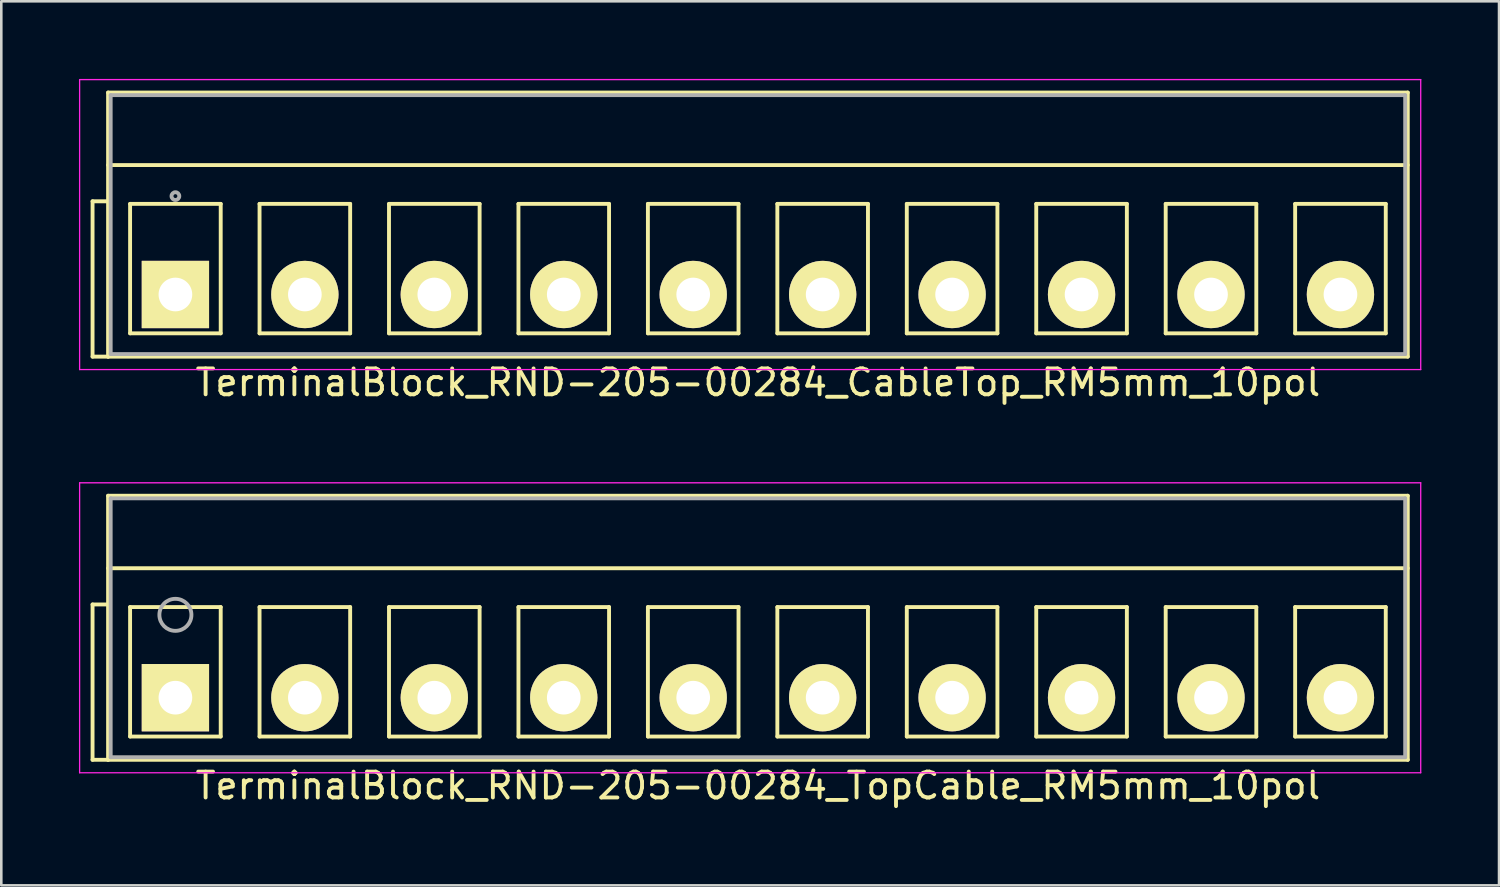
<source format=kicad_pcb>
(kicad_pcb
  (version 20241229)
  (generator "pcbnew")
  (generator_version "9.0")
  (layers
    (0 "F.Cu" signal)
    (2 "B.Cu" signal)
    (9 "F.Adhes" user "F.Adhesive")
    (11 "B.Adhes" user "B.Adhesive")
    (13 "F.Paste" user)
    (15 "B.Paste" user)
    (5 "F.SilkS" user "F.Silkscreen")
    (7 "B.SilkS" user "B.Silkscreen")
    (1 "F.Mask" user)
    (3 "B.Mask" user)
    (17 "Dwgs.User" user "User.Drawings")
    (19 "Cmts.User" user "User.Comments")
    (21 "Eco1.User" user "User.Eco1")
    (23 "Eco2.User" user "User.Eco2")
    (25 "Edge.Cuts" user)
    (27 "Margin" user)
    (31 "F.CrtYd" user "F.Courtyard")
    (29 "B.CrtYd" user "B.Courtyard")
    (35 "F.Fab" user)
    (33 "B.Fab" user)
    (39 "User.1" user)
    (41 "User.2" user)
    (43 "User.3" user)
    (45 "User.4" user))
  (footprint "TerminalBlock_RND-205-00284_CableTop_RM5mm_10pol"
    (layer "F.Cu")
    (at 3.725 8.325)
    (property "Reference" "TerminalBlock_RND-205-00284_CableTop_RM5mm_10pol" (at 22.5 3.4 0) (layer "F.SilkS") (effects (font (size 1 1) (thickness 0.15))))
    (attr through_hole)
    (fp_line (start -3.2 -3.6) (end -2.6 -3.6) (stroke (width 0.15) (type solid)) (layer "F.SilkS"))
    (fp_line (start -3.2 2.4) (end -3.2 -3.6) (stroke (width 0.15) (type solid)) (layer "F.SilkS"))
    (fp_line (start -2.6 -7.8) (end 47.6 -7.8) (stroke (width 0.15) (type solid)) (layer "F.SilkS"))
    (fp_line (start -2.6 -5) (end 47.6 -5) (stroke (width 0.15) (type solid)) (layer "F.SilkS"))
    (fp_line (start -2.6 2.4) (end -3.2 2.4) (stroke (width 0.15) (type solid)) (layer "F.SilkS"))
    (fp_line (start -2.6 2.4) (end -2.6 -7.8) (stroke (width 0.15) (type solid)) (layer "F.SilkS"))
    (fp_line (start -1.75 -3.5) (end -1.75 1.5) (stroke (width 0.15) (type solid)) (layer "F.SilkS"))
    (fp_line (start -1.75 1.5) (end 1.75 1.5) (stroke (width 0.15) (type solid)) (layer "F.SilkS"))
    (fp_line (start 1.75 -3.5) (end -1.75 -3.5) (stroke (width 0.15) (type solid)) (layer "F.SilkS"))
    (fp_line (start 1.75 1.5) (end 1.75 -3.5) (stroke (width 0.15) (type solid)) (layer "F.SilkS"))
    (fp_line (start 3.25 -3.5) (end 3.25 1.5) (stroke (width 0.15) (type solid)) (layer "F.SilkS"))
    (fp_line (start 3.25 1.5) (end 6.75 1.5) (stroke (width 0.15) (type solid)) (layer "F.SilkS"))
    (fp_line (start 6.75 -3.5) (end 3.25 -3.5) (stroke (width 0.15) (type solid)) (layer "F.SilkS"))
    (fp_line (start 6.75 1.5) (end 6.75 -3.5) (stroke (width 0.15) (type solid)) (layer "F.SilkS"))
    (fp_line (start 8.25 -3.5) (end 8.25 1.5) (stroke (width 0.15) (type solid)) (layer "F.SilkS"))
    (fp_line (start 8.25 1.5) (end 11.75 1.5) (stroke (width 0.15) (type solid)) (layer "F.SilkS"))
    (fp_line (start 11.75 -3.5) (end 8.25 -3.5) (stroke (width 0.15) (type solid)) (layer "F.SilkS"))
    (fp_line (start 11.75 1.5) (end 11.75 -3.5) (stroke (width 0.15) (type solid)) (layer "F.SilkS"))
    (fp_line (start 13.25 -3.5) (end 13.25 1.5) (stroke (width 0.15) (type solid)) (layer "F.SilkS"))
    (fp_line (start 13.25 1.5) (end 16.75 1.5) (stroke (width 0.15) (type solid)) (layer "F.SilkS"))
    (fp_line (start 16.75 -3.5) (end 13.25 -3.5) (stroke (width 0.15) (type solid)) (layer "F.SilkS"))
    (fp_line (start 16.75 1.5) (end 16.75 -3.5) (stroke (width 0.15) (type solid)) (layer "F.SilkS"))
    (fp_line (start 18.25 -3.5) (end 18.25 1.5) (stroke (width 0.15) (type solid)) (layer "F.SilkS"))
    (fp_line (start 18.25 1.5) (end 21.75 1.5) (stroke (width 0.15) (type solid)) (layer "F.SilkS"))
    (fp_line (start 21.75 -3.5) (end 18.25 -3.5) (stroke (width 0.15) (type solid)) (layer "F.SilkS"))
    (fp_line (start 21.75 1.5) (end 21.75 -3.5) (stroke (width 0.15) (type solid)) (layer "F.SilkS"))
    (fp_line (start 23.25 -3.5) (end 23.25 1.5) (stroke (width 0.15) (type solid)) (layer "F.SilkS"))
    (fp_line (start 23.25 1.5) (end 26.75 1.5) (stroke (width 0.15) (type solid)) (layer "F.SilkS"))
    (fp_line (start 26.75 -3.5) (end 23.25 -3.5) (stroke (width 0.15) (type solid)) (layer "F.SilkS"))
    (fp_line (start 26.75 1.5) (end 26.75 -3.5) (stroke (width 0.15) (type solid)) (layer "F.SilkS"))
    (fp_line (start 28.25 -3.5) (end 28.25 1.5) (stroke (width 0.15) (type solid)) (layer "F.SilkS"))
    (fp_line (start 28.25 1.5) (end 31.75 1.5) (stroke (width 0.15) (type solid)) (layer "F.SilkS"))
    (fp_line (start 31.75 -3.5) (end 28.25 -3.5) (stroke (width 0.15) (type solid)) (layer "F.SilkS"))
    (fp_line (start 31.75 1.5) (end 31.75 -3.5) (stroke (width 0.15) (type solid)) (layer "F.SilkS"))
    (fp_line (start 33.25 -3.5) (end 33.25 1.5) (stroke (width 0.15) (type solid)) (layer "F.SilkS"))
    (fp_line (start 33.25 1.5) (end 36.75 1.5) (stroke (width 0.15) (type solid)) (layer "F.SilkS"))
    (fp_line (start 36.75 -3.5) (end 33.25 -3.5) (stroke (width 0.15) (type solid)) (layer "F.SilkS"))
    (fp_line (start 36.75 1.5) (end 36.75 -3.5) (stroke (width 0.15) (type solid)) (layer "F.SilkS"))
    (fp_line (start 38.25 -3.5) (end 38.25 1.5) (stroke (width 0.15) (type solid)) (layer "F.SilkS"))
    (fp_line (start 38.25 1.5) (end 41.75 1.5) (stroke (width 0.15) (type solid)) (layer "F.SilkS"))
    (fp_line (start 41.75 -3.5) (end 38.25 -3.5) (stroke (width 0.15) (type solid)) (layer "F.SilkS"))
    (fp_line (start 41.75 1.5) (end 41.75 -3.5) (stroke (width 0.15) (type solid)) (layer "F.SilkS"))
    (fp_line (start 43.25 -3.5) (end 43.25 1.5) (stroke (width 0.15) (type solid)) (layer "F.SilkS"))
    (fp_line (start 43.25 1.5) (end 46.75 1.5) (stroke (width 0.15) (type solid)) (layer "F.SilkS"))
    (fp_line (start 46.75 -3.5) (end 43.25 -3.5) (stroke (width 0.15) (type solid)) (layer "F.SilkS"))
    (fp_line (start 46.75 1.5) (end 46.75 -3.5) (stroke (width 0.15) (type solid)) (layer "F.SilkS"))
    (fp_line (start 47.6 -7.8) (end 47.6 2.4) (stroke (width 0.15) (type solid)) (layer "F.SilkS"))
    (fp_line (start 47.6 2.4) (end -2.6 2.4) (stroke (width 0.15) (type solid)) (layer "F.SilkS"))
    (fp_line (start -3.7 -8.3) (end 48.1 -8.3) (stroke (width 0.05) (type solid)) (layer "F.CrtYd"))
    (fp_line (start -3.7 2.9) (end -3.7 -8.3) (stroke (width 0.05) (type solid)) (layer "F.CrtYd"))
    (fp_line (start 48.1 -8.3) (end 48.1 2.9) (stroke (width 0.05) (type solid)) (layer "F.CrtYd"))
    (fp_line (start 48.1 2.9) (end -3.7 2.9) (stroke (width 0.05) (type solid)) (layer "F.CrtYd"))
    (fp_line (start -2.5 -7.7) (end 47.5 -7.7) (stroke (width 0.15) (type solid)) (layer "F.Fab"))
    (fp_line (start -2.5 2.3) (end -2.5 -7.7) (stroke (width 0.15) (type solid)) (layer "F.Fab"))
    (fp_line (start 47.5 -7.7) (end 47.5 2.3) (stroke (width 0.15) (type solid)) (layer "F.Fab"))
    (fp_line (start 47.5 2.3) (end -2.5 2.3) (stroke (width 0.15) (type solid)) (layer "F.Fab"))
    (fp_circle (center 0 -3.8) (end -0.15 -3.8) (stroke (width 0.15) (type solid)) (fill no) (layer "F.Fab"))
    (pad "1" thru_hole rect (at 0 0) (size 2.6 2.6) (drill 1.3) (layers "*.Cu" "*.Mask" "F.SilkS"))
    (pad "2" thru_hole circle (at 5 0) (size 2.6 2.6) (drill 1.3) (layers "*.Cu" "*.Mask" "F.SilkS"))
    (pad "3" thru_hole circle (at 10 0) (size 2.6 2.6) (drill 1.3) (layers "*.Cu" "*.Mask" "F.SilkS"))
    (pad "4" thru_hole circle (at 15 0) (size 2.6 2.6) (drill 1.3) (layers "*.Cu" "*.Mask" "F.SilkS"))
    (pad "5" thru_hole circle (at 20 0) (size 2.6 2.6) (drill 1.3) (layers "*.Cu" "*.Mask" "F.SilkS"))
    (pad "6" thru_hole circle (at 25 0) (size 2.6 2.6) (drill 1.3) (layers "*.Cu" "*.Mask" "F.SilkS"))
    (pad "7" thru_hole circle (at 30 0) (size 2.6 2.6) (drill 1.3) (layers "*.Cu" "*.Mask" "F.SilkS"))
    (pad "8" thru_hole circle (at 35 0) (size 2.6 2.6) (drill 1.3) (layers "*.Cu" "*.Mask" "F.SilkS"))
    (pad "9" thru_hole circle (at 40 0) (size 2.6 2.6) (drill 1.3) (layers "*.Cu" "*.Mask" "F.SilkS"))
    (pad "10" thru_hole circle (at 45 0) (size 2.6 2.6) (drill 1.3) (layers "*.Cu" "*.Mask" "F.SilkS")))
  (footprint "TerminalBlock_RND-205-00284_TopCable_RM5mm_10pol"
    (layer "F.Cu")
    (at 3.725 23.898)
    (property "Reference" "TerminalBlock_RND-205-00284_TopCable_RM5mm_10pol" (at 22.5 3.4 0) (layer "F.SilkS") (effects (font (size 1 1) (thickness 0.15))))
    (attr through_hole)
    (fp_line (start -3.2 -3.6) (end -2.6 -3.6) (stroke (width 0.15) (type solid)) (layer "F.SilkS"))
    (fp_line (start -3.2 2.4) (end -3.2 -3.6) (stroke (width 0.15) (type solid)) (layer "F.SilkS"))
    (fp_line (start -2.6 -7.8) (end 47.6 -7.8) (stroke (width 0.15) (type solid)) (layer "F.SilkS"))
    (fp_line (start -2.6 -5) (end 47.6 -5) (stroke (width 0.15) (type solid)) (layer "F.SilkS"))
    (fp_line (start -2.6 2.4) (end -3.2 2.4) (stroke (width 0.15) (type solid)) (layer "F.SilkS"))
    (fp_line (start -2.6 2.4) (end -2.6 -7.8) (stroke (width 0.15) (type solid)) (layer "F.SilkS"))
    (fp_line (start -1.75 -3.5) (end -1.75 1.5) (stroke (width 0.15) (type solid)) (layer "F.SilkS"))
    (fp_line (start -1.75 1.5) (end 1.75 1.5) (stroke (width 0.15) (type solid)) (layer "F.SilkS"))
    (fp_line (start 1.75 -3.5) (end -1.75 -3.5) (stroke (width 0.15) (type solid)) (layer "F.SilkS"))
    (fp_line (start 1.75 1.5) (end 1.75 -3.5) (stroke (width 0.15) (type solid)) (layer "F.SilkS"))
    (fp_line (start 3.25 -3.5) (end 3.25 1.5) (stroke (width 0.15) (type solid)) (layer "F.SilkS"))
    (fp_line (start 3.25 1.5) (end 6.75 1.5) (stroke (width 0.15) (type solid)) (layer "F.SilkS"))
    (fp_line (start 6.75 -3.5) (end 3.25 -3.5) (stroke (width 0.15) (type solid)) (layer "F.SilkS"))
    (fp_line (start 6.75 1.5) (end 6.75 -3.5) (stroke (width 0.15) (type solid)) (layer "F.SilkS"))
    (fp_line (start 8.25 -3.5) (end 8.25 1.5) (stroke (width 0.15) (type solid)) (layer "F.SilkS"))
    (fp_line (start 8.25 1.5) (end 11.75 1.5) (stroke (width 0.15) (type solid)) (layer "F.SilkS"))
    (fp_line (start 11.75 -3.5) (end 8.25 -3.5) (stroke (width 0.15) (type solid)) (layer "F.SilkS"))
    (fp_line (start 11.75 1.5) (end 11.75 -3.5) (stroke (width 0.15) (type solid)) (layer "F.SilkS"))
    (fp_line (start 13.25 -3.5) (end 13.25 1.5) (stroke (width 0.15) (type solid)) (layer "F.SilkS"))
    (fp_line (start 13.25 1.5) (end 16.75 1.5) (stroke (width 0.15) (type solid)) (layer "F.SilkS"))
    (fp_line (start 16.75 -3.5) (end 13.25 -3.5) (stroke (width 0.15) (type solid)) (layer "F.SilkS"))
    (fp_line (start 16.75 1.5) (end 16.75 -3.5) (stroke (width 0.15) (type solid)) (layer "F.SilkS"))
    (fp_line (start 18.25 -3.5) (end 18.25 1.5) (stroke (width 0.15) (type solid)) (layer "F.SilkS"))
    (fp_line (start 18.25 1.5) (end 21.75 1.5) (stroke (width 0.15) (type solid)) (layer "F.SilkS"))
    (fp_line (start 21.75 -3.5) (end 18.25 -3.5) (stroke (width 0.15) (type solid)) (layer "F.SilkS"))
    (fp_line (start 21.75 1.5) (end 21.75 -3.5) (stroke (width 0.15) (type solid)) (layer "F.SilkS"))
    (fp_line (start 23.25 -3.5) (end 23.25 1.5) (stroke (width 0.15) (type solid)) (layer "F.SilkS"))
    (fp_line (start 23.25 1.5) (end 26.75 1.5) (stroke (width 0.15) (type solid)) (layer "F.SilkS"))
    (fp_line (start 26.75 -3.5) (end 23.25 -3.5) (stroke (width 0.15) (type solid)) (layer "F.SilkS"))
    (fp_line (start 26.75 1.5) (end 26.75 -3.5) (stroke (width 0.15) (type solid)) (layer "F.SilkS"))
    (fp_line (start 28.25 -3.5) (end 28.25 1.5) (stroke (width 0.15) (type solid)) (layer "F.SilkS"))
    (fp_line (start 28.25 1.5) (end 31.75 1.5) (stroke (width 0.15) (type solid)) (layer "F.SilkS"))
    (fp_line (start 31.75 -3.5) (end 28.25 -3.5) (stroke (width 0.15) (type solid)) (layer "F.SilkS"))
    (fp_line (start 31.75 1.5) (end 31.75 -3.5) (stroke (width 0.15) (type solid)) (layer "F.SilkS"))
    (fp_line (start 33.25 -3.5) (end 33.25 1.5) (stroke (width 0.15) (type solid)) (layer "F.SilkS"))
    (fp_line (start 33.25 1.5) (end 36.75 1.5) (stroke (width 0.15) (type solid)) (layer "F.SilkS"))
    (fp_line (start 36.75 -3.5) (end 33.25 -3.5) (stroke (width 0.15) (type solid)) (layer "F.SilkS"))
    (fp_line (start 36.75 1.5) (end 36.75 -3.5) (stroke (width 0.15) (type solid)) (layer "F.SilkS"))
    (fp_line (start 38.25 -3.5) (end 38.25 1.5) (stroke (width 0.15) (type solid)) (layer "F.SilkS"))
    (fp_line (start 38.25 1.5) (end 41.75 1.5) (stroke (width 0.15) (type solid)) (layer "F.SilkS"))
    (fp_line (start 41.75 -3.5) (end 38.25 -3.5) (stroke (width 0.15) (type solid)) (layer "F.SilkS"))
    (fp_line (start 41.75 1.5) (end 41.75 -3.5) (stroke (width 0.15) (type solid)) (layer "F.SilkS"))
    (fp_line (start 43.25 -3.5) (end 43.25 1.5) (stroke (width 0.15) (type solid)) (layer "F.SilkS"))
    (fp_line (start 43.25 1.5) (end 46.75 1.5) (stroke (width 0.15) (type solid)) (layer "F.SilkS"))
    (fp_line (start 46.75 -3.5) (end 43.25 -3.5) (stroke (width 0.15) (type solid)) (layer "F.SilkS"))
    (fp_line (start 46.75 1.5) (end 46.75 -3.5) (stroke (width 0.15) (type solid)) (layer "F.SilkS"))
    (fp_line (start 47.6 -7.8) (end 47.6 2.4) (stroke (width 0.15) (type solid)) (layer "F.SilkS"))
    (fp_line (start 47.6 2.4) (end -2.6 2.4) (stroke (width 0.15) (type solid)) (layer "F.SilkS"))
    (fp_line (start -3.7 -8.3) (end 48.1 -8.3) (stroke (width 0.05) (type solid)) (layer "F.CrtYd"))
    (fp_line (start -3.7 2.9) (end -3.7 -8.3) (stroke (width 0.05) (type solid)) (layer "F.CrtYd"))
    (fp_line (start 48.1 -8.3) (end 48.1 2.9) (stroke (width 0.05) (type solid)) (layer "F.CrtYd"))
    (fp_line (start 48.1 2.9) (end -3.7 2.9) (stroke (width 0.05) (type solid)) (layer "F.CrtYd"))
    (fp_line (start -2.5 -7.7) (end 47.5 -7.7) (stroke (width 0.15) (type solid)) (layer "F.Fab"))
    (fp_line (start -2.5 2.3) (end -2.5 -7.7) (stroke (width 0.15) (type solid)) (layer "F.Fab"))
    (fp_line (start 47.5 -7.7) (end 47.5 2.3) (stroke (width 0.15) (type solid)) (layer "F.Fab"))
    (fp_line (start 47.5 2.3) (end -2.5 2.3) (stroke (width 0.15) (type solid)) (layer "F.Fab"))
    (fp_circle (center 0 -3.2) (end -0.15 -3.8) (stroke (width 0.15) (type solid)) (fill no) (layer "F.Fab"))
    (pad "1" thru_hole rect (at 0 0) (size 2.6 2.6) (drill 1.3) (layers "*.Cu" "*.Mask" "F.SilkS"))
    (pad "2" thru_hole circle (at 5 0) (size 2.6 2.6) (drill 1.3) (layers "*.Cu" "*.Mask" "F.SilkS"))
    (pad "3" thru_hole circle (at 10 0) (size 2.6 2.6) (drill 1.3) (layers "*.Cu" "*.Mask" "F.SilkS"))
    (pad "4" thru_hole circle (at 15 0) (size 2.6 2.6) (drill 1.3) (layers "*.Cu" "*.Mask" "F.SilkS"))
    (pad "5" thru_hole circle (at 20 0) (size 2.6 2.6) (drill 1.3) (layers "*.Cu" "*.Mask" "F.SilkS"))
    (pad "6" thru_hole circle (at 25 0) (size 2.6 2.6) (drill 1.3) (layers "*.Cu" "*.Mask" "F.SilkS"))
    (pad "7" thru_hole circle (at 30 0) (size 2.6 2.6) (drill 1.3) (layers "*.Cu" "*.Mask" "F.SilkS"))
    (pad "8" thru_hole circle (at 35 0) (size 2.6 2.6) (drill 1.3) (layers "*.Cu" "*.Mask" "F.SilkS"))
    (pad "9" thru_hole circle (at 40 0) (size 2.6 2.6) (drill 1.3) (layers "*.Cu" "*.Mask" "F.SilkS"))
    (pad "10" thru_hole circle (at 45 0) (size 2.6 2.6) (drill 1.3) (layers "*.Cu" "*.Mask" "F.SilkS")))
  (gr_rect
    (start -3 -3)
    (end 54.85 31.146)
    (stroke (width 0.1) (type default))
    (fill no)
    (layer "Edge.Cuts")))
</source>
